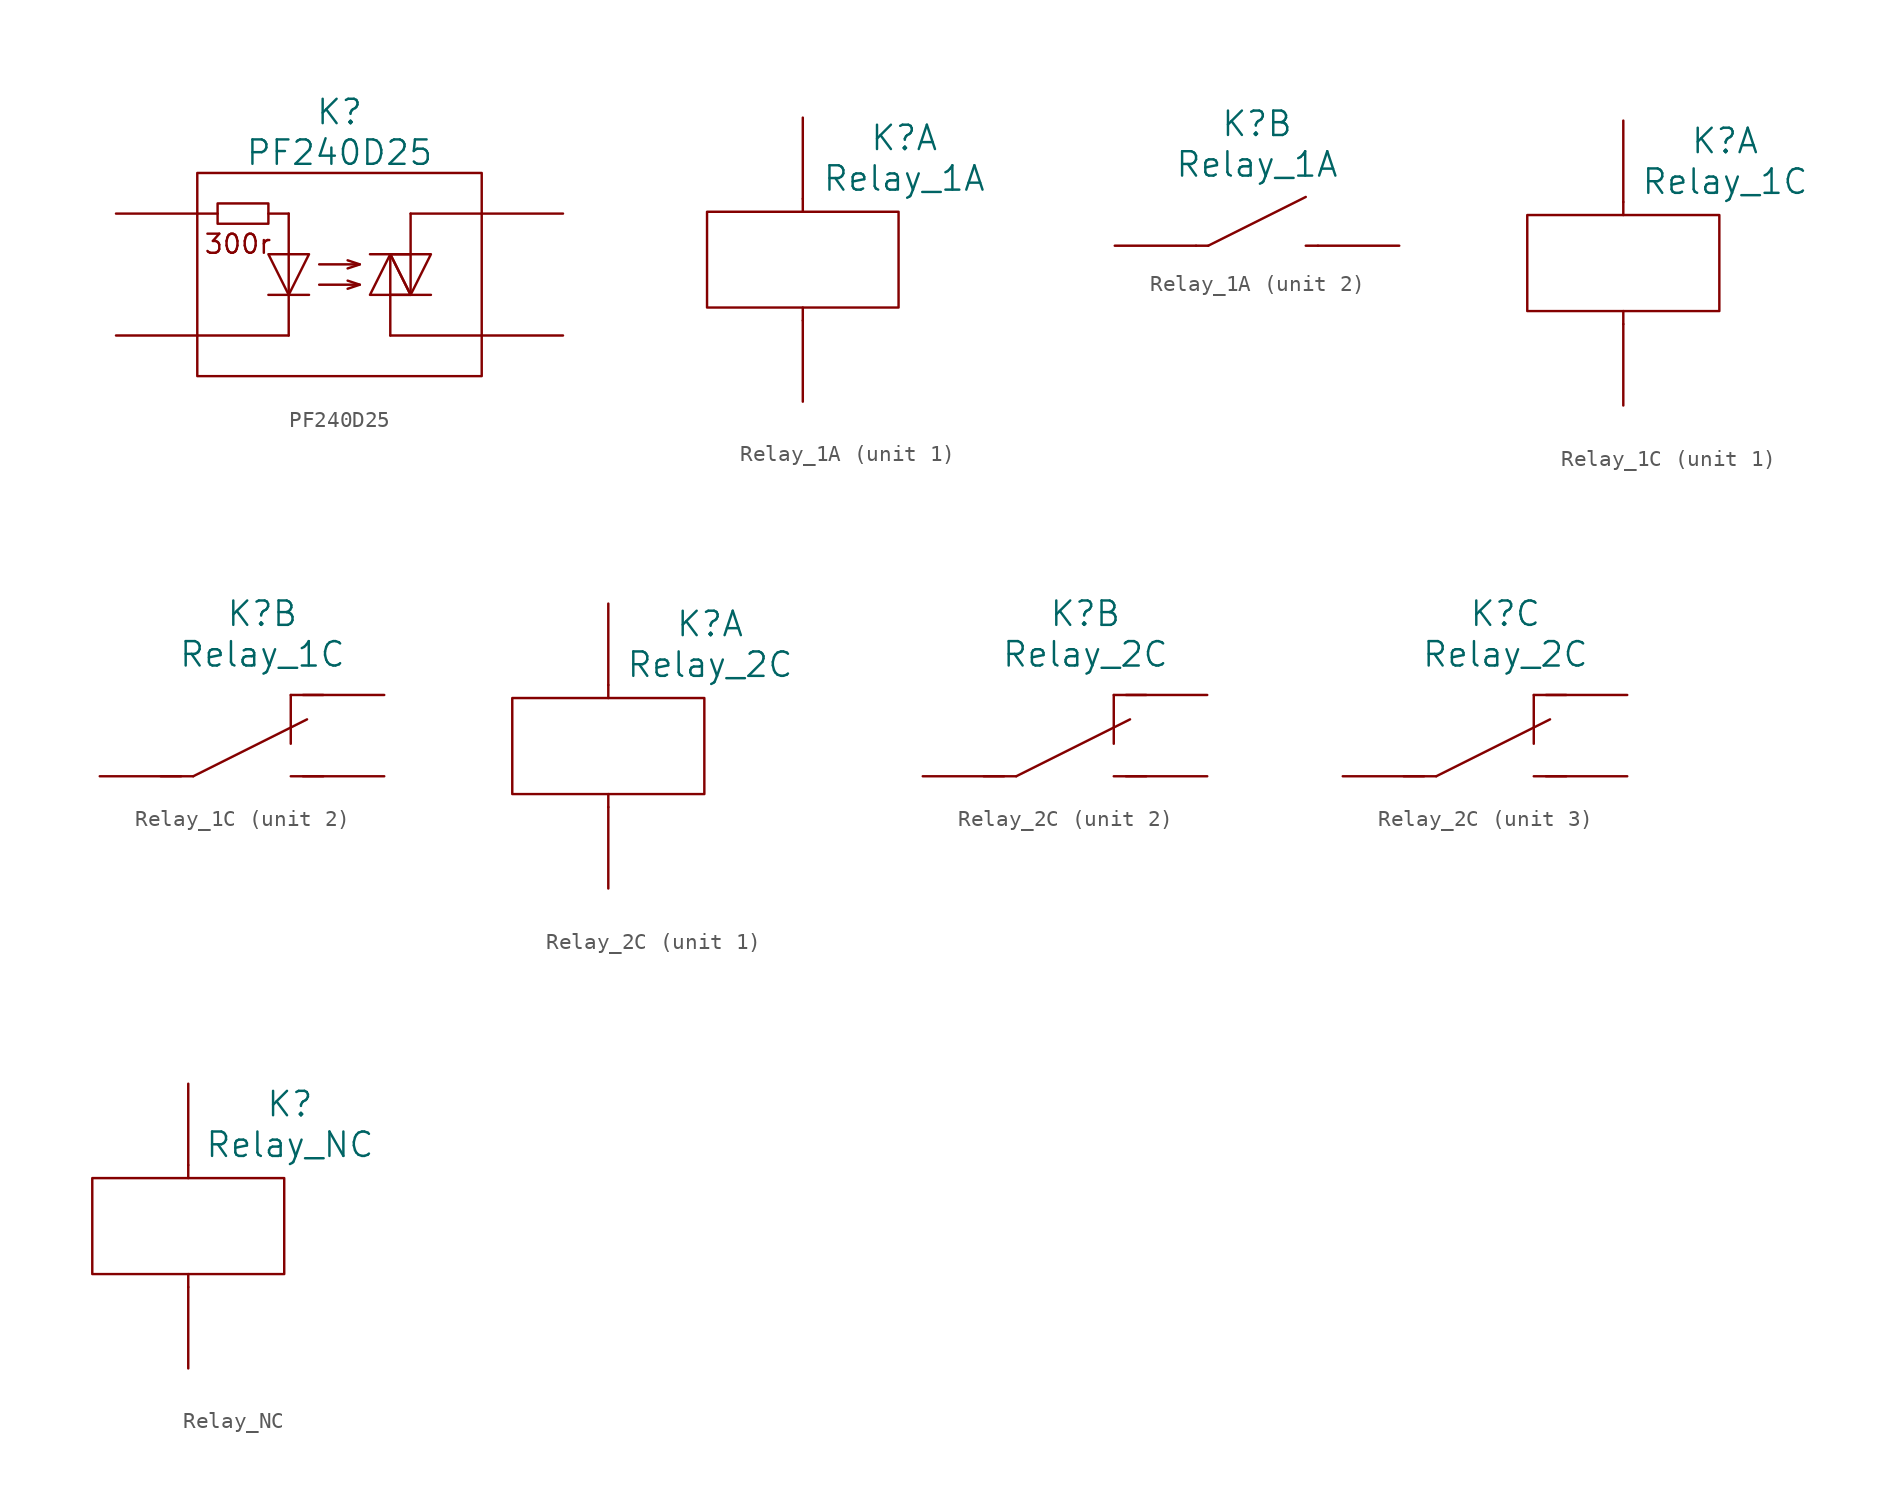
<source format=kicad_sym>
(kicad_symbol_lib
  (version 20220914)
  (generator kicad_symbol_editor)
  (symbol "PF240D25"
    (pin_numbers hide)
    (pin_names
      (offset 1.016) hide)
    (property "Reference" "K"
      (at 0 10.16 0)
      (effects (font (size 1.524 1.524))))
    (property "Value" "PF240D25"
      (at 0 7.62 0)
      (effects (font (size 1.524 1.524))))
    (property "Datasheet" ""
      (at 5.207 0 0)
      (effects (font (size 1.524 1.524))))
    (symbol "PF240D25_0_0"
      (text "300r" (at -6.35 1.905 0) (effects (font (size 1.194 1.194)))))
    (symbol "PF240D25_0_1"
      (rectangle (start -4.445 4.445) (end -7.62 3.175) (stroke (width 0) (type solid)) (fill (type none)))
      (polyline (pts (xy -7.62 3.81) (xy -8.89 3.81)) (stroke (width 0) (type solid)) (fill (type none)))
      (polyline (pts (xy -4.445 -1.27) (xy -1.905 -1.27)) (stroke (width 0) (type solid)) (fill (type none)))
      (polyline (pts (xy -3.175 -3.81) (xy -8.89 -3.81)) (stroke (width 0) (type solid)) (fill (type none)))
      (polyline (pts (xy -3.175 -3.81) (xy -3.175 3.81)) (stroke (width 0) (type solid)) (fill (type none)))
      (polyline (pts (xy -3.175 3.81) (xy -4.445 3.81)) (stroke (width 0) (type solid)) (fill (type none)))
      (polyline (pts (xy 1.27 -0.635) (xy -1.27 -0.635)) (stroke (width 0) (type solid)) (fill (type none)))
      (polyline (pts (xy 1.27 0.635) (xy -1.27 0.635)) (stroke (width 0) (type solid)) (fill (type none)))
      (polyline (pts (xy 1.905 1.27) (xy 4.445 1.27)) (stroke (width 0) (type solid)) (fill (type none)))
      (polyline (pts (xy 3.175 -3.81) (xy 8.89 -3.81)) (stroke (width 0) (type solid)) (fill (type none)))
      (polyline (pts (xy 3.175 -1.27) (xy 5.715 -1.27)) (stroke (width 0) (type solid)) (fill (type none)))
      (polyline (pts (xy 3.175 1.27) (xy 3.175 -3.81)) (stroke (width 0) (type solid)) (fill (type none)))
      (polyline (pts (xy 4.445 -1.27) (xy 4.445 3.81)) (stroke (width 0) (type solid)) (fill (type none)))
      (polyline (pts (xy 4.445 3.81) (xy 8.89 3.81)) (stroke (width 0) (type solid)) (fill (type none)))
      (polyline (pts (xy 0.508 -0.381) (xy 1.27 -0.635) (xy 0.508 -0.889)) (stroke (width 0) (type solid)) (fill (type none)))
      (polyline (pts (xy 0.508 0.889) (xy 1.27 0.635) (xy 0.508 0.381)) (stroke (width 0) (type solid)) (fill (type none)))
      (polyline (pts (xy -4.445 1.27) (xy -1.905 1.27) (xy -3.175 -1.27) (xy -4.445 1.27)) (stroke (width 0) (type solid)) (fill (type none)))
      (polyline (pts (xy 1.905 -1.27) (xy 4.445 -1.27) (xy 3.175 1.27) (xy 1.905 -1.27)) (stroke (width 0) (type solid)) (fill (type none)))
      (polyline (pts (xy 3.175 1.27) (xy 5.715 1.27) (xy 4.445 -1.27) (xy 3.175 1.27)) (stroke (width 0) (type solid)) (fill (type none)))
      (rectangle (start 8.89 -6.35) (end -8.89 6.35) (stroke (width 0) (type solid)) (fill (type none))))
    (symbol "PF240D25_1_1"
      (pin open_collector line (at 13.97 3.81 180) (length 5.08) (name "AC" (effects (font (size 1.27 1.27)))) (number "1" (effects (font (size 1.27 1.27)))))
      (pin passive line (at 13.97 -3.81 180) (length 5.08) (name "AC" (effects (font (size 1.27 1.27)))) (number "2" (effects (font (size 1.27 1.27)))))
      (pin passive line (at -13.97 3.81 0) (length 5.08) (name "DC+" (effects (font (size 1.27 1.27)))) (number "3" (effects (font (size 1.27 1.27)))))
      (pin passive line (at -13.97 -3.81 0) (length 5.08) (name "DC-" (effects (font (size 1.27 1.27)))) (number "4" (effects (font (size 1.27 1.27)))))))
  (symbol "Relay_1A"
    (pin_numbers hide)
    (pin_names
      (offset 1.016) hide)
    (property "Reference" "K"
      (at 6.35 7.62 0)
      (effects (font (size 1.524 1.524))))
    (property "Value" "Relay_1A"
      (at 6.35 5.08 0)
      (effects (font (size 1.524 1.524))))
    (property "Footprint" ""
      (at -0.051 10.008 90)
      (effects (font (size 1.524 1.524))))
    (property "Datasheet" ""
      (at -0.051 10.008 90)
      (effects (font (size 1.524 1.524))))
    (symbol "Relay_1A_1_1"
      (rectangle (start -5.994 2.997) (end 5.994 -2.997) (stroke (width 0) (type solid)) (fill (type none)))
      (polyline (pts (xy 0 -3.81) (xy 0 -2.997)) (stroke (width 0) (type solid)) (fill (type none)))
      (polyline (pts (xy 0 3.81) (xy 0 2.997)) (stroke (width 0) (type solid)) (fill (type none)))
      (pin passive line (at 0 8.89 270) (length 5.08) (name "A1" (effects (font (size 1.27 1.27)))) (number "A1" (effects (font (size 1.27 1.27)))))
      (pin passive line (at 0 -8.89 90) (length 5.08) (name "A2" (effects (font (size 1.27 1.27)))) (number "A2" (effects (font (size 1.27 1.27))))))
    (symbol "Relay_1A_2_1"
      (polyline (pts (xy 3.302 0) (xy 2.54 0)) (stroke (width 0) (type solid)) (fill (type none)))
      (polyline (pts (xy 3.302 0) (xy 9.398 3.048)) (stroke (width 0) (type solid)) (fill (type none)))
      (polyline (pts (xy 10.16 0) (xy 9.398 0)) (stroke (width 0) (type solid)) (fill (type none)))
      (pin passive line (at -2.54 0 0) (length 5.08) (name "3" (effects (font (size 1.27 1.27)))) (number "3" (effects (font (size 1.27 1.27)))))
      (pin passive line (at 15.24 0 180) (length 5.08) (name "4" (effects (font (size 1.27 1.27)))) (number "4" (effects (font (size 1.27 1.27)))))))
  (symbol "Relay_1C"
    (pin_numbers hide)
    (pin_names
      (offset 1.016) hide)
    (property "Reference" "K"
      (at 6.35 7.62 0)
      (effects (font (size 1.524 1.524))))
    (property "Value" "Relay_1C"
      (at 6.35 5.08 0)
      (effects (font (size 1.524 1.524))))
    (property "Footprint" ""
      (at 1.27 10.16 90)
      (effects (font (size 1.524 1.524))))
    (property "Datasheet" ""
      (at 1.27 10.16 90)
      (effects (font (size 1.524 1.524))))
    (symbol "Relay_1C_1_1"
      (polyline (pts (xy 0 -3.81) (xy 0 -2.997)) (stroke (width 0) (type solid)) (fill (type none)))
      (polyline (pts (xy 0 3.81) (xy 0 2.997)) (stroke (width 0) (type solid)) (fill (type none)))
      (rectangle (start 5.994 -2.997) (end -5.994 2.997) (stroke (width 0) (type solid)) (fill (type none)))
      (pin passive line (at 0 8.89 270) (length 5.08) (name "A1" (effects (font (size 1.27 1.27)))) (number "A1" (effects (font (size 1.27 1.27)))))
      (pin passive line (at 0 -8.89 90) (length 5.08) (name "A2" (effects (font (size 1.27 1.27)))) (number "A2" (effects (font (size 1.27 1.27))))))
    (symbol "Relay_1C_2_1"
      (polyline (pts (xy 2.032 -2.54) (xy 0 -2.54)) (stroke (width 0) (type solid)) (fill (type none)))
      (polyline (pts (xy 2.032 -2.54) (xy 9.144 1.016)) (stroke (width 0) (type solid)) (fill (type none)))
      (polyline (pts (xy 8.128 2.54) (xy 8.128 -0.508)) (stroke (width 0) (type solid)) (fill (type none)))
      (polyline (pts (xy 10.16 -2.54) (xy 8.128 -2.54)) (stroke (width 0) (type solid)) (fill (type none)))
      (polyline (pts (xy 10.16 2.54) (xy 8.128 2.54)) (stroke (width 0) (type solid)) (fill (type none)))
      (pin passive line (at -3.81 -2.54 0) (length 5.08) (name "C" (effects (font (size 1.27 1.27)))) (number "11" (effects (font (size 1.27 1.27)))))
      (pin passive line (at 13.97 2.54 180) (length 5.08) (name "NC" (effects (font (size 1.27 1.27)))) (number "12" (effects (font (size 1.27 1.27)))))
      (pin passive line (at 13.97 -2.54 180) (length 5.08) (name "NO" (effects (font (size 1.27 1.27)))) (number "14" (effects (font (size 1.27 1.27)))))))
  (symbol "Relay_2C"
    (pin_numbers hide)
    (pin_names
      (offset 1.016) hide)
    (property "Reference" "K"
      (at 6.35 7.62 0)
      (effects (font (size 1.524 1.524))))
    (property "Value" "Relay_2C"
      (at 6.35 5.08 0)
      (effects (font (size 1.524 1.524))))
    (property "Footprint" ""
      (at 1.905 10.16 90)
      (effects (font (size 1.524 1.524))))
    (property "Datasheet" ""
      (at 1.905 10.16 90)
      (effects (font (size 1.524 1.524))))
    (symbol "Relay_2C_1_1"
      (polyline (pts (xy 0 -3.81) (xy 0 -2.997)) (stroke (width 0) (type solid)) (fill (type none)))
      (polyline (pts (xy 0 3.81) (xy 0 2.997)) (stroke (width 0) (type solid)) (fill (type none)))
      (rectangle (start 5.994 -2.997) (end -5.994 2.997) (stroke (width 0) (type solid)) (fill (type none)))
      (pin passive line (at 0 8.89 270) (length 5.08) (name "A1" (effects (font (size 1.27 1.27)))) (number "A1" (effects (font (size 1.27 1.27)))))
      (pin passive line (at 0 -8.89 90) (length 5.08) (name "A2" (effects (font (size 1.27 1.27)))) (number "A2" (effects (font (size 1.27 1.27))))))
    (symbol "Relay_2C_2_1"
      (polyline (pts (xy 2.032 -2.54) (xy 0 -2.54)) (stroke (width 0) (type solid)) (fill (type none)))
      (polyline (pts (xy 2.032 -2.54) (xy 9.144 1.016)) (stroke (width 0) (type solid)) (fill (type none)))
      (polyline (pts (xy 8.128 2.54) (xy 8.128 -0.508)) (stroke (width 0) (type solid)) (fill (type none)))
      (polyline (pts (xy 10.16 -2.54) (xy 8.128 -2.54)) (stroke (width 0) (type solid)) (fill (type none)))
      (polyline (pts (xy 10.16 2.54) (xy 8.128 2.54)) (stroke (width 0) (type solid)) (fill (type none)))
      (pin passive line (at -3.81 -2.54 0) (length 5.08) (name "C" (effects (font (size 1.27 1.27)))) (number "11" (effects (font (size 1.27 1.27)))))
      (pin passive line (at 13.97 2.54 180) (length 5.08) (name "NC" (effects (font (size 1.27 1.27)))) (number "12" (effects (font (size 1.27 1.27)))))
      (pin passive line (at 13.97 -2.54 180) (length 5.08) (name "NO" (effects (font (size 1.27 1.27)))) (number "14" (effects (font (size 1.27 1.27))))))
    (symbol "Relay_2C_3_1"
      (polyline (pts (xy 2.032 -2.54) (xy 0 -2.54)) (stroke (width 0) (type solid)) (fill (type none)))
      (polyline (pts (xy 2.032 -2.54) (xy 9.144 1.016)) (stroke (width 0) (type solid)) (fill (type none)))
      (polyline (pts (xy 8.128 2.54) (xy 8.128 -0.508)) (stroke (width 0) (type solid)) (fill (type none)))
      (polyline (pts (xy 10.16 -2.54) (xy 8.128 -2.54)) (stroke (width 0) (type solid)) (fill (type none)))
      (polyline (pts (xy 10.16 2.54) (xy 8.128 2.54)) (stroke (width 0) (type solid)) (fill (type none)))
      (pin passive line (at -3.81 -2.54 0) (length 5.08) (name "C" (effects (font (size 1.27 1.27)))) (number "21" (effects (font (size 1.27 1.27)))))
      (pin passive line (at 13.97 2.54 180) (length 5.08) (name "NC" (effects (font (size 1.27 1.27)))) (number "22" (effects (font (size 1.27 1.27)))))
      (pin passive line (at 13.97 -2.54 180) (length 5.08) (name "NO" (effects (font (size 1.27 1.27)))) (number "24" (effects (font (size 1.27 1.27)))))))
  (symbol "Relay_NC"
    (pin_numbers hide)
    (pin_names
      (offset 1.016) hide)
    (property "Reference" "K"
      (at 6.35 7.62 0)
      (effects (font (size 1.524 1.524))))
    (property "Value" "Relay_NC"
      (at 6.35 5.08 0)
      (effects (font (size 1.524 1.524))))
    (property "Footprint" ""
      (at -0.051 10.008 90)
      (effects (font (size 1.524 1.524))))
    (property "Datasheet" ""
      (at -0.051 10.008 90)
      (effects (font (size 1.524 1.524))))
    (symbol "Relay_NC_1_1"
      (rectangle (start -5.994 2.997) (end 5.994 -2.997) (stroke (width 0) (type solid)) (fill (type none)))
      (polyline (pts (xy 0 -3.81) (xy 0 -2.997)) (stroke (width 0) (type solid)) (fill (type none)))
      (polyline (pts (xy 0 3.81) (xy 0 2.997)) (stroke (width 0) (type solid)) (fill (type none)))
      (pin passive line (at 0 8.89 270) (length 5.08) (name "A1" (effects (font (size 1.27 1.27)))) (number "A1" (effects (font (size 1.27 1.27)))))
      (pin passive line (at 0 -8.89 90) (length 5.08) (name "A2" (effects (font (size 1.27 1.27)))) (number "A2" (effects (font (size 1.27 1.27))))))))
</source>
